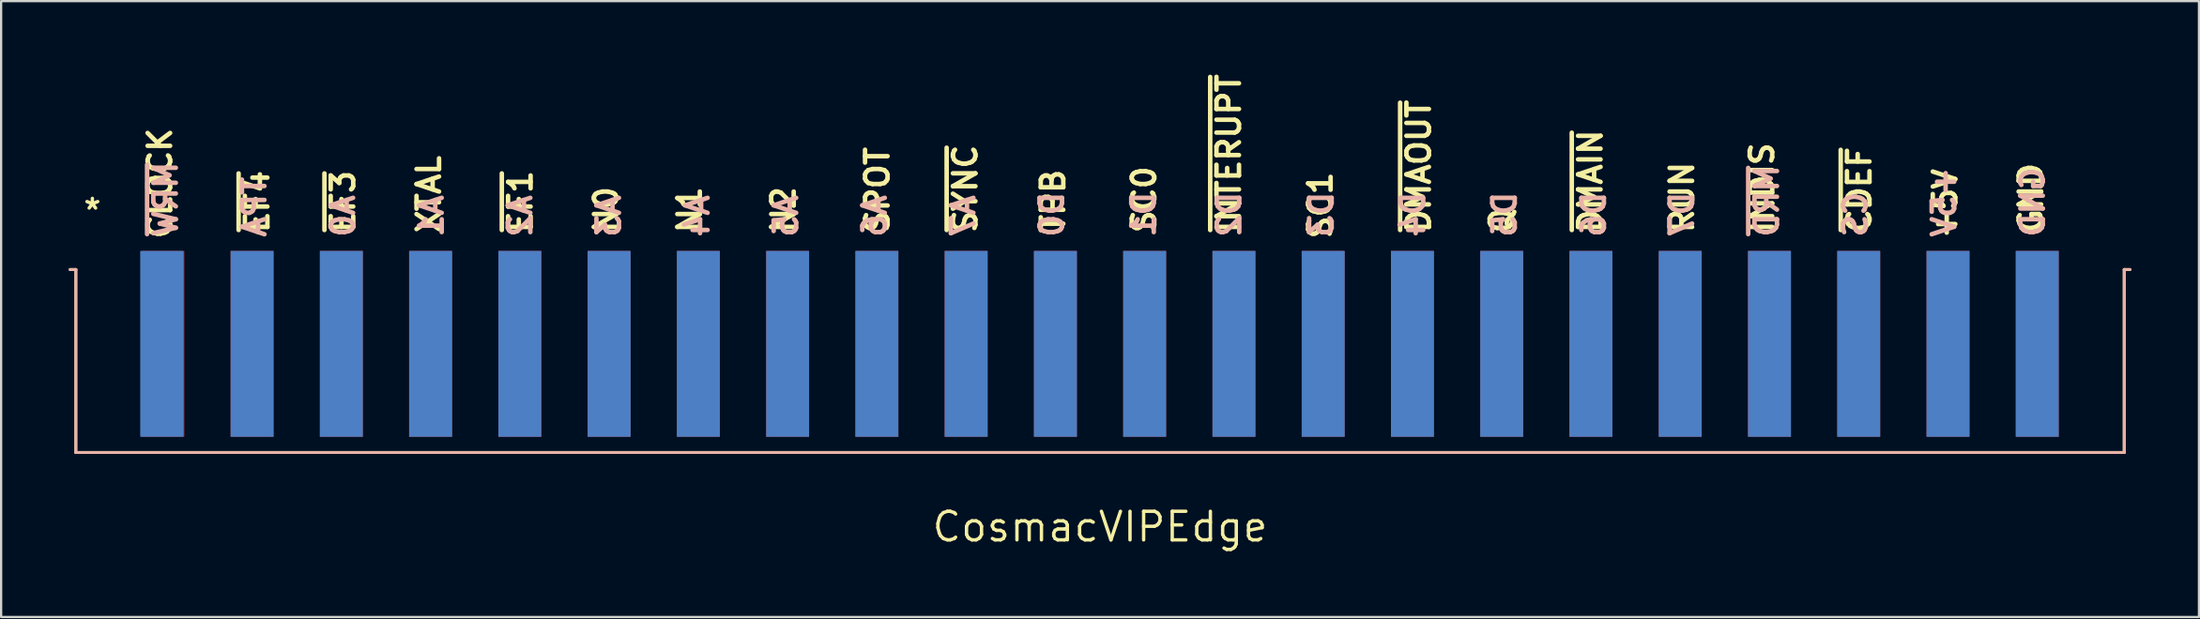
<source format=kicad_pcb>
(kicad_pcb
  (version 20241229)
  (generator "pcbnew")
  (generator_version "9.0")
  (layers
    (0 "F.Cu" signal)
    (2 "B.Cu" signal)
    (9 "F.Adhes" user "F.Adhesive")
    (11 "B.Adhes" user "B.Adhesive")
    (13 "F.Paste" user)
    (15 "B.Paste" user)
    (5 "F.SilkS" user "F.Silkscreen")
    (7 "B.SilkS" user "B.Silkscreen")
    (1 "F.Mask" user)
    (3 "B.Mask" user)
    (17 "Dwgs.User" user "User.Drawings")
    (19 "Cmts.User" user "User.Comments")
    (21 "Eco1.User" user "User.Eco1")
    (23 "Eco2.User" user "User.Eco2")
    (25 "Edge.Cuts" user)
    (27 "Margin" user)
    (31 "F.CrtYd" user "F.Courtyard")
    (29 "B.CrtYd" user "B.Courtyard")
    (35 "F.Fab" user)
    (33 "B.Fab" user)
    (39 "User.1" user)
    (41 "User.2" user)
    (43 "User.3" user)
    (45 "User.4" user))
  (footprint "CosmacVIPEdge"
    (layer "F.Cu")
    (at 45.783 17.052)
    (property "Reference" "CosmacVIPEdge" (at 0 3.302 0) (layer "F.SilkS") (effects (font (size 1.27 1.27) (thickness 0.15))))
    (fp_line (start -45.466 -8.128) (end -45.72 -8.128) (stroke (width 0.127) (type solid)) (layer "F.SilkS"))
    (fp_line (start -45.466 0) (end -45.466 -8.128) (stroke (width 0.127) (type solid)) (layer "F.SilkS"))
    (fp_line (start -45.466 0) (end 45.466 0) (stroke (width 0.127) (type solid)) (layer "F.SilkS"))
    (fp_line (start 45.466 -8.128) (end 45.72 -8.128) (stroke (width 0.127) (type solid)) (layer "F.SilkS"))
    (fp_line (start 45.466 0) (end 45.466 -8.128) (stroke (width 0.127) (type solid)) (layer "F.SilkS"))
    (fp_line (start -45.72 -8.128) (end -45.466 -8.128) (stroke (width 0.127) (type solid)) (layer "B.SilkS"))
    (fp_line (start -45.466 -8.128) (end -45.466 0) (stroke (width 0.127) (type solid)) (layer "B.SilkS"))
    (fp_line (start -45.466 0) (end 45.466 0) (stroke (width 0.127) (type solid)) (layer "B.SilkS"))
    (fp_line (start 45.466 -8.128) (end 45.72 -8.128) (stroke (width 0.127) (type solid)) (layer "B.SilkS"))
    (fp_line (start 45.466 0) (end 45.466 -8.128) (stroke (width 0.127) (type solid)) (layer "B.SilkS"))
    (fp_text user "~{EF1}" (at -25.146 -9.652 90) (unlocked yes) (layer "F.SilkS") (effects (font (size 1 1) (thickness 0.2) (bold yes)) (justify left bottom)))
    (fp_text user "*" (at -45.212 -10.16 0) (unlocked yes) (layer "F.SilkS") (effects (font (size 1 1) (thickness 0.15)) (justify left bottom)))
    (fp_text user "SC0" (at 2.54 -9.652 90) (unlocked yes) (layer "F.SilkS") (effects (font (size 1 1) (thickness 0.2) (bold yes)) (justify left bottom)))
    (fp_text user "N0" (at -21.336 -9.652 90) (unlocked yes) (layer "F.SilkS") (effects (font (size 1 1) (thickness 0.2) (bold yes)) (justify left bottom)))
    (fp_text user "XTAL" (at -29.21 -9.652 90) (unlocked yes) (layer "F.SilkS") (effects (font (size 1 1) (thickness 0.2) (bold yes)) (justify left bottom)))
    (fp_text user "N1" (at -17.633 -9.652 90) (unlocked yes) (layer "F.SilkS") (effects (font (size 1 1) (thickness 0.2) (bold yes)) (justify left bottom)))
    (fp_text user "INDIS" (at 29.972 -9.652 90) (unlocked yes) (layer "F.SilkS") (effects (font (size 1 1) (thickness 0.2) (bold yes)) (justify left bottom)))
    (fp_text user "~{DMAIN}" (at 22.352 -9.652 90) (unlocked yes) (layer "F.SilkS") (effects (font (size 1 1) (thickness 0.2) (bold yes)) (justify left bottom)))
    (fp_text user "GND" (at 41.91 -9.652 90) (unlocked yes) (layer "F.SilkS") (effects (font (size 1 1) (thickness 0.2) (bold yes)) (justify left bottom)))
    (fp_text user "Q" (at 18.428 -9.652 90) (unlocked yes) (layer "F.SilkS") (effects (font (size 1 1) (thickness 0.2) (bold yes)) (justify left bottom)))
    (fp_text user "SPOT" (at -9.299 -9.652 90) (unlocked yes) (layer "F.SilkS") (effects (font (size 1 1) (thickness 0.2) (bold yes)) (justify left bottom)))
    (fp_text user "~{EF4}" (at -36.83 -9.652 90) (unlocked yes) (layer "F.SilkS") (effects (font (size 1 1) (thickness 0.2) (bold yes)) (justify left bottom)))
    (fp_text user "RUN" (at 26.416 -9.652 90) (unlocked yes) (layer "F.SilkS") (effects (font (size 1 1) (thickness 0.2) (bold yes)) (justify left bottom)))
    (fp_text user "+5V" (at 38.1 -9.398 90) (unlocked yes) (layer "F.SilkS") (effects (font (size 1 1) (thickness 0.2) (bold yes)) (justify left bottom)))
    (fp_text user "CLOCK" (at -41.148 -9.398 90) (unlocked yes) (layer "F.SilkS") (effects (font (size 1 1) (thickness 0.2) (bold yes)) (justify left bottom)))
    (fp_text user "~{EF3}" (at -33.02 -9.652 90) (unlocked yes) (layer "F.SilkS") (effects (font (size 1 1) (thickness 0.2) (bold yes)) (justify left bottom)))
    (fp_text user "N2" (at -13.466 -9.652 90) (unlocked yes) (layer "F.SilkS") (effects (font (size 1 1) (thickness 0.2) (bold yes)) (justify left bottom)))
    (fp_text user "~{SYNC}" (at -5.399 -9.652 90) (unlocked yes) (layer "F.SilkS") (effects (font (size 1 1) (thickness 0.2) (bold yes)) (justify left bottom)))
    (fp_text user "SC1" (at 10.368 -9.398 90) (unlocked yes) (layer "F.SilkS") (effects (font (size 1 1) (thickness 0.2) (bold yes)) (justify left bottom)))
    (fp_text user "~{CDEF}" (at 34.29 -9.652 90) (unlocked yes) (layer "F.SilkS") (effects (font (size 1 1) (thickness 0.2) (bold yes)) (justify left bottom)))
    (fp_text user "~{INTERUPT}" (at 6.301 -9.652 90) (unlocked yes) (layer "F.SilkS") (effects (font (size 1 1) (thickness 0.2) (bold yes)) (justify left bottom)))
    (fp_text user "TPB" (at -1.499 -9.652 90) (unlocked yes) (layer "F.SilkS") (effects (font (size 1 1) (thickness 0.2) (bold yes)) (justify left bottom)))
    (fp_text user "~{DMAOUT}" (at 14.732 -9.652 90) (unlocked yes) (layer "F.SilkS") (effects (font (size 1 1) (thickness 0.2) (bold yes)) (justify left bottom)))
    (fp_text user "D5" (at 18.542 -11.684 90) (unlocked yes) (layer "B.SilkS") (effects (font (size 1 1) (thickness 0.2) (bold yes)) (justify left bottom mirror)))
    (fp_text user "GND" (at 41.985 -12.78 90) (unlocked yes) (layer "B.SilkS") (effects (font (size 1 1) (thickness 0.2) (bold yes)) (justify left bottom mirror)))
    (fp_text user "~{MRD}" (at 30.184 -12.875 90) (unlocked yes) (layer "B.SilkS") (effects (font (size 1 1) (thickness 0.2) (bold yes)) (justify left bottom mirror)))
    (fp_text user "D3" (at 10.414 -11.684 90) (unlocked yes) (layer "B.SilkS") (effects (font (size 1 1) (thickness 0.2) (bold yes)) (justify left bottom mirror)))
    (fp_text user "D1" (at 2.518 -11.684 90) (unlocked yes) (layer "B.SilkS") (effects (font (size 1 1) (thickness 0.2) (bold yes)) (justify left bottom mirror)))
    (fp_text user "A2" (at -25.158 -11.541 90) (unlocked yes) (layer "B.SilkS") (effects (font (size 1 1) (thickness 0.2) (bold yes)) (justify left bottom mirror)))
    (fp_text user "A7" (at -5.489 -11.541 90) (unlocked yes) (layer "B.SilkS") (effects (font (size 1 1) (thickness 0.2) (bold yes)) (justify left bottom mirror)))
    (fp_text user "D4" (at 14.478 -11.684 90) (unlocked yes) (layer "B.SilkS") (effects (font (size 1 1) (thickness 0.2) (bold yes)) (justify left bottom mirror)))
    (fp_text user "A4" (at -17.29 -11.541 90) (unlocked yes) (layer "B.SilkS") (effects (font (size 1 1) (thickness 0.2) (bold yes)) (justify left bottom mirror)))
    (fp_text user "CS" (at 34.118 -11.684 90) (unlocked yes) (layer "B.SilkS") (effects (font (size 1 1) (thickness 0.2) (bold yes)) (justify left bottom mirror)))
    (fp_text user "A6" (at -9.422 -11.541 90) (unlocked yes) (layer "B.SilkS") (effects (font (size 1 1) (thickness 0.2) (bold yes)) (justify left bottom mirror)))
    (fp_text user "D6" (at 22.5 -11.684 90) (unlocked yes) (layer "B.SilkS") (effects (font (size 1 1) (thickness 0.2) (bold yes)) (justify left bottom mirror)))
    (fp_text user "D0" (at -1.555 -11.684 90) (unlocked yes) (layer "B.SilkS") (effects (font (size 1 1) (thickness 0.2) (bold yes)) (justify left bottom mirror)))
    (fp_text user "TPA" (at -36.96 -12.351 90) (unlocked yes) (layer "B.SilkS") (effects (font (size 1 1) (thickness 0.2) (bold yes)) (justify left bottom mirror)))
    (fp_text user "A5" (at -13.356 -11.541 90) (unlocked yes) (layer "B.SilkS") (effects (font (size 1 1) (thickness 0.2) (bold yes)) (justify left bottom mirror)))
    (fp_text user "D2" (at 6.313 -11.684 90) (unlocked yes) (layer "B.SilkS") (effects (font (size 1 1) (thickness 0.2) (bold yes)) (justify left bottom mirror)))
    (fp_text user "A1" (at -29.092 -11.541 90) (unlocked yes) (layer "B.SilkS") (effects (font (size 1 1) (thickness 0.2) (bold yes)) (justify left bottom mirror)))
    (fp_text user "~{MRW}" (at -40.894 -13.018 90) (unlocked yes) (layer "B.SilkS") (effects (font (size 1 1) (thickness 0.2) (bold yes)) (justify left bottom mirror)))
    (fp_text user "D7" (at 26.416 -11.684 90) (unlocked yes) (layer "B.SilkS") (effects (font (size 1 1) (thickness 0.2) (bold yes)) (justify left bottom mirror)))
    (fp_text user "A3" (at -21.224 -11.541 90) (unlocked yes) (layer "B.SilkS") (effects (font (size 1 1) (thickness 0.2) (bold yes)) (justify left bottom mirror)))
    (fp_text user "A0" (at -33.026 -11.541 90) (unlocked yes) (layer "B.SilkS") (effects (font (size 1 1) (thickness 0.2) (bold yes)) (justify left bottom mirror)))
    (fp_text user "+5V" (at 38.051 -12.78 90) (unlocked yes) (layer "B.SilkS") (effects (font (size 1 1) (thickness 0.2) (bold yes)) (justify left bottom mirror)))
    (pad "1" connect rect (at -41.605 -4.826) (size 1.905 8.255) (layers "F.Cu" "F.Mask"))
    (pad "2" connect rect (at -37.643 -4.826) (size 1.905 8.255) (layers "F.Cu" "F.Mask"))
    (pad "3" connect rect (at -33.68 -4.826) (size 1.905 8.255) (layers "F.Cu" "F.Mask"))
    (pad "4" connect rect (at -29.718 -4.826) (size 1.905 8.255) (layers "F.Cu" "F.Mask"))
    (pad "5" connect rect (at -25.756 -4.826) (size 1.905 8.255) (layers "F.Cu" "F.Mask"))
    (pad "6" connect rect (at -21.793 -4.826) (size 1.905 8.255) (layers "F.Cu" "F.Mask"))
    (pad "7" connect rect (at -17.831 -4.826) (size 1.905 8.255) (layers "F.Cu" "F.Mask"))
    (pad "8" connect rect (at -13.868 -4.826) (size 1.905 8.255) (layers "F.Cu" "F.Mask"))
    (pad "9" connect rect (at -9.906 -4.826) (size 1.905 8.255) (layers "F.Cu" "F.Mask"))
    (pad "10" connect rect (at -5.944 -4.826) (size 1.905 8.255) (layers "F.Cu" "F.Mask"))
    (pad "11" connect rect (at -1.981 -4.826) (size 1.905 8.255) (layers "F.Cu" "F.Mask"))
    (pad "12" connect rect (at 1.981 -4.826) (size 1.905 8.255) (layers "F.Cu" "F.Mask"))
    (pad "13" connect rect (at 5.944 -4.826) (size 1.905 8.255) (layers "F.Cu" "F.Mask"))
    (pad "14" connect rect (at 9.906 -4.826) (size 1.905 8.255) (layers "F.Cu" "F.Mask"))
    (pad "15" connect rect (at 13.868 -4.826) (size 1.905 8.255) (layers "F.Cu" "F.Mask"))
    (pad "16" connect rect (at 17.831 -4.826) (size 1.905 8.255) (layers "F.Cu" "F.Mask"))
    (pad "17" connect rect (at 21.793 -4.826) (size 1.905 8.255) (layers "F.Cu" "F.Mask"))
    (pad "18" connect rect (at 25.756 -4.826) (size 1.905 8.255) (layers "F.Cu" "F.Mask"))
    (pad "19" connect rect (at 29.718 -4.826) (size 1.905 8.255) (layers "F.Cu" "F.Mask"))
    (pad "20" connect rect (at 33.68 -4.826) (size 1.905 8.255) (layers "F.Cu" "F.Mask"))
    (pad "21" connect rect (at 37.643 -4.826) (size 1.905 8.255) (layers "F.Cu" "F.Mask"))
    (pad "22" connect rect (at 41.605 -4.826) (size 1.905 8.255) (layers "F.Cu" "F.Mask"))
    (pad "A" smd rect (at -41.656 -4.826) (size 1.905 8.255) (layers "B.Cu" "B.Mask" "B.Paste"))
    (pad "B" smd rect (at -37.643 -4.826) (size 1.905 8.255) (layers "B.Cu" "B.Mask" "B.Paste"))
    (pad "C" smd rect (at -33.68 -4.826) (size 1.905 8.255) (layers "B.Cu" "B.Mask" "B.Paste"))
    (pad "D" smd rect (at -29.718 -4.826) (size 1.905 8.255) (layers "B.Cu" "B.Mask" "B.Paste"))
    (pad "E" smd rect (at -25.756 -4.826) (size 1.905 8.255) (layers "B.Cu" "B.Mask" "B.Paste"))
    (pad "F" smd rect (at -21.793 -4.826) (size 1.905 8.255) (layers "B.Cu" "B.Mask" "B.Paste"))
    (pad "H" smd rect (at -17.831 -4.826) (size 1.905 8.255) (layers "B.Cu" "B.Mask" "B.Paste"))
    (pad "J" smd rect (at -13.868 -4.826) (size 1.905 8.255) (layers "B.Cu" "B.Mask" "B.Paste"))
    (pad "K" smd rect (at -9.906 -4.826) (size 1.905 8.255) (layers "B.Cu" "B.Mask" "B.Paste"))
    (pad "L" smd rect (at -5.944 -4.826) (size 1.905 8.255) (layers "B.Cu" "B.Mask" "B.Paste"))
    (pad "M" smd rect (at -1.981 -4.826) (size 1.905 8.255) (layers "B.Cu" "B.Mask" "B.Paste"))
    (pad "N" smd rect (at 1.981 -4.826) (size 1.905 8.255) (layers "B.Cu" "B.Mask" "B.Paste"))
    (pad "P" smd rect (at 5.944 -4.826) (size 1.905 8.255) (layers "B.Cu" "B.Mask" "B.Paste"))
    (pad "R" smd rect (at 9.906 -4.826) (size 1.905 8.255) (layers "B.Cu" "B.Mask" "B.Paste"))
    (pad "S" smd rect (at 13.868 -4.826) (size 1.905 8.255) (layers "B.Cu" "B.Mask" "B.Paste"))
    (pad "T" smd rect (at 17.831 -4.826) (size 1.905 8.255) (layers "B.Cu" "B.Mask" "B.Paste"))
    (pad "U" smd rect (at 21.793 -4.826) (size 1.905 8.255) (layers "B.Cu" "B.Mask" "B.Paste"))
    (pad "V" smd rect (at 25.756 -4.826) (size 1.905 8.255) (layers "B.Cu" "B.Mask" "B.Paste"))
    (pad "W" smd rect (at 29.718 -4.826) (size 1.905 8.255) (layers "B.Cu" "B.Mask" "B.Paste"))
    (pad "X" smd rect (at 33.68 -4.826) (size 1.905 8.255) (layers "B.Cu" "B.Mask" "B.Paste"))
    (pad "Y" smd rect (at 37.643 -4.826) (size 1.905 8.255) (layers "B.Cu" "B.Mask" "B.Paste"))
    (pad "Z" smd rect (at 41.605 -4.826) (size 1.905 8.255) (layers "B.Cu" "B.Mask" "B.Paste")))
  (gr_rect
    (start -3 -3)
    (end 94.567 24.36)
    (stroke (width 0.1) (type default))
    (fill no)
    (layer "Edge.Cuts")))
</source>
